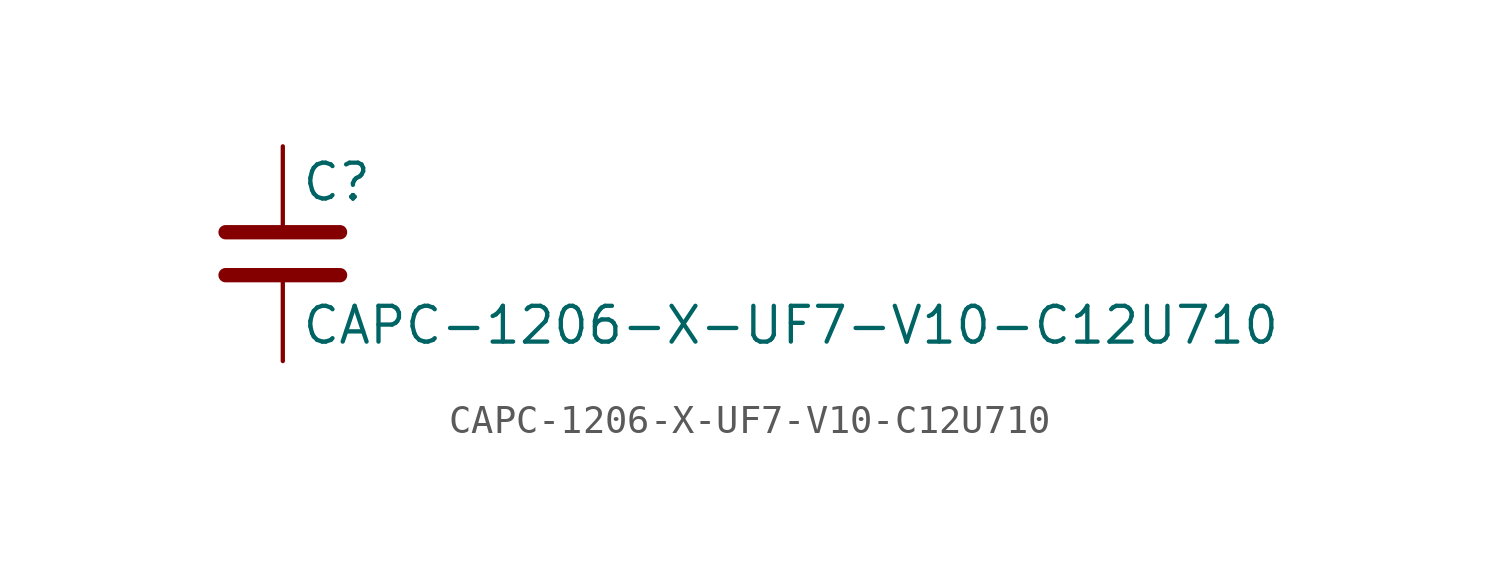
<source format=kicad_sym>
(kicad_symbol_lib
  (version 20211014)
  (generator kicad_symbol_editor)
  (symbol "CAPC-1206-X-UF7-V10-C12U710"
    (pin_numbers hide)
    (pin_names
      (offset 0.254))
    (property "Reference" "C"
      (at 0.635 2.54 0)
      (effects (font (size 1.27 1.27)) (justify left)))
    (property "Value" "CAPC-1206-X-UF7-V10-C12U710"
      (at 0.635 -2.54 0)
      (effects (font (size 1.27 1.27)) (justify left)))
    (symbol "CAPC-1206-X-UF7-V10-C12U710_0_1"
      (polyline (pts (xy -2.032 -0.762) (xy 2.032 -0.762)) (stroke (width 0.508) (type default) (color 0 0 0 0)) (fill (type none)))
      (polyline (pts (xy -2.032 0.762) (xy 2.032 0.762)) (stroke (width 0.508) (type default) (color 0 0 0 0)) (fill (type none))))
    (symbol "CAPC-1206-X-UF7-V10-C12U710_1_1"
      (pin passive line (at 0 3.81 270) (length 2.794) (name "~" (effects (font (size 1.27 1.27)))) (number "1" (effects (font (size 1.27 1.27)))))
      (pin passive line (at 0 -3.81 90) (length 2.794) (name "~" (effects (font (size 1.27 1.27)))) (number "2" (effects (font (size 1.27 1.27))))))))
</source>
